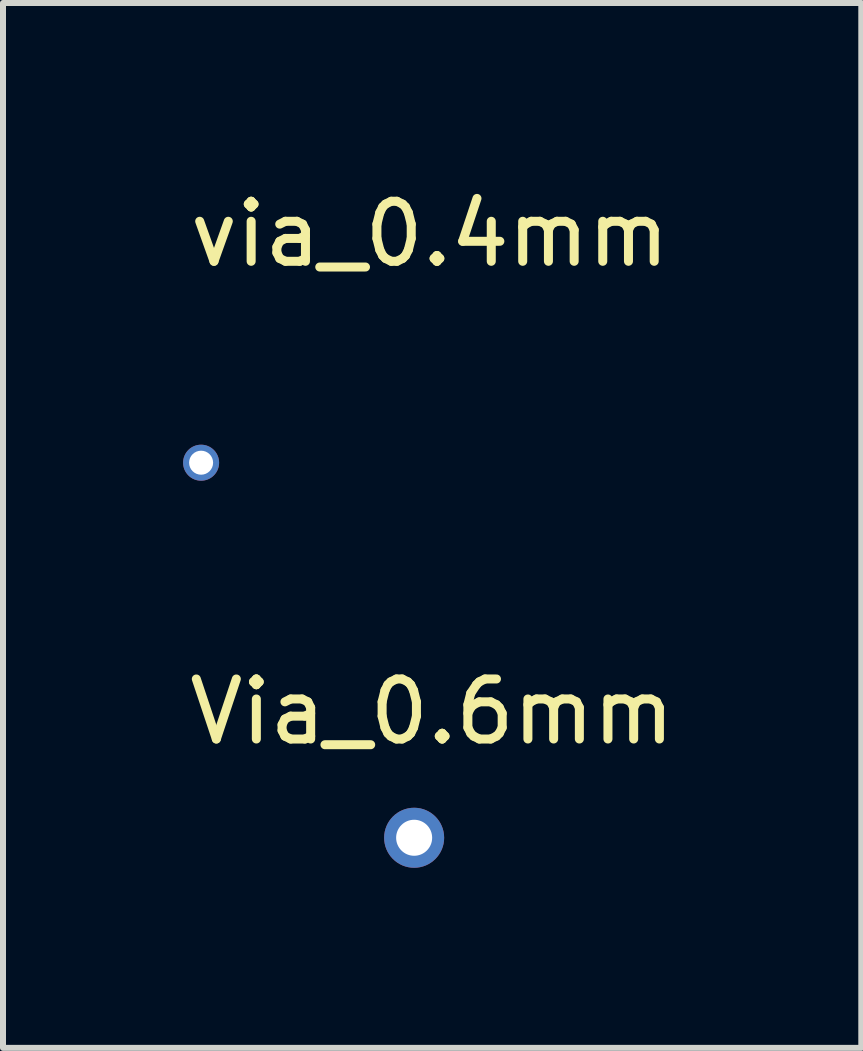
<source format=kicad_pcb>
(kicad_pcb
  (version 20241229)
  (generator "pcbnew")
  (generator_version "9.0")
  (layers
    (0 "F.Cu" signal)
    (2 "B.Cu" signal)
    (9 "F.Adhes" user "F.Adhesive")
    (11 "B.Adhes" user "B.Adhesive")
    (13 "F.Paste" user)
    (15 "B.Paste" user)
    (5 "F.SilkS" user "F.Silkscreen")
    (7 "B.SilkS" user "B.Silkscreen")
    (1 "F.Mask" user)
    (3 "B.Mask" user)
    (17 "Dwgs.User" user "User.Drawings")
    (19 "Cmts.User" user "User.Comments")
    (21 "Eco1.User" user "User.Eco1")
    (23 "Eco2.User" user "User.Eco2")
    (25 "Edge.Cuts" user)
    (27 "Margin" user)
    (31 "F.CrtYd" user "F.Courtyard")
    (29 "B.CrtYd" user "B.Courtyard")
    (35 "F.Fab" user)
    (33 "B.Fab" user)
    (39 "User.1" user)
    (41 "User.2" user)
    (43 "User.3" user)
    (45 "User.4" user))
  (footprint "Via_0.6mm"
    (layer "F.Cu")
    (at 3.849 10.906)
    (property "Reference" "Via_0.6mm" (at 0.3 -2.1 0) (layer "F.SilkS") (effects (font (size 1 1) (thickness 0.15))))
    (attr through_hole)
    (pad "1" thru_hole circle (at 0 0 90) (size 1 1) (drill 0.6) (layers "*.Cu")))
  (footprint "via_0.4mm"
    (layer "F.Cu")
    (at 0.3 4.658)
    (property "Reference" "via_0.4mm" (at 3.81 -3.81 0) (layer "F.SilkS") (effects (font (size 1 1) (thickness 0.15))))
    (attr through_hole)
    (pad "1" thru_hole circle (at 0 0) (size 0.6 0.6) (drill 0.4) (layers "*.Cu")))
  (gr_rect
    (start -3 -3)
    (end 11.298 14.406)
    (stroke (width 0.1) (type default))
    (fill no)
    (layer "Edge.Cuts")))
</source>
